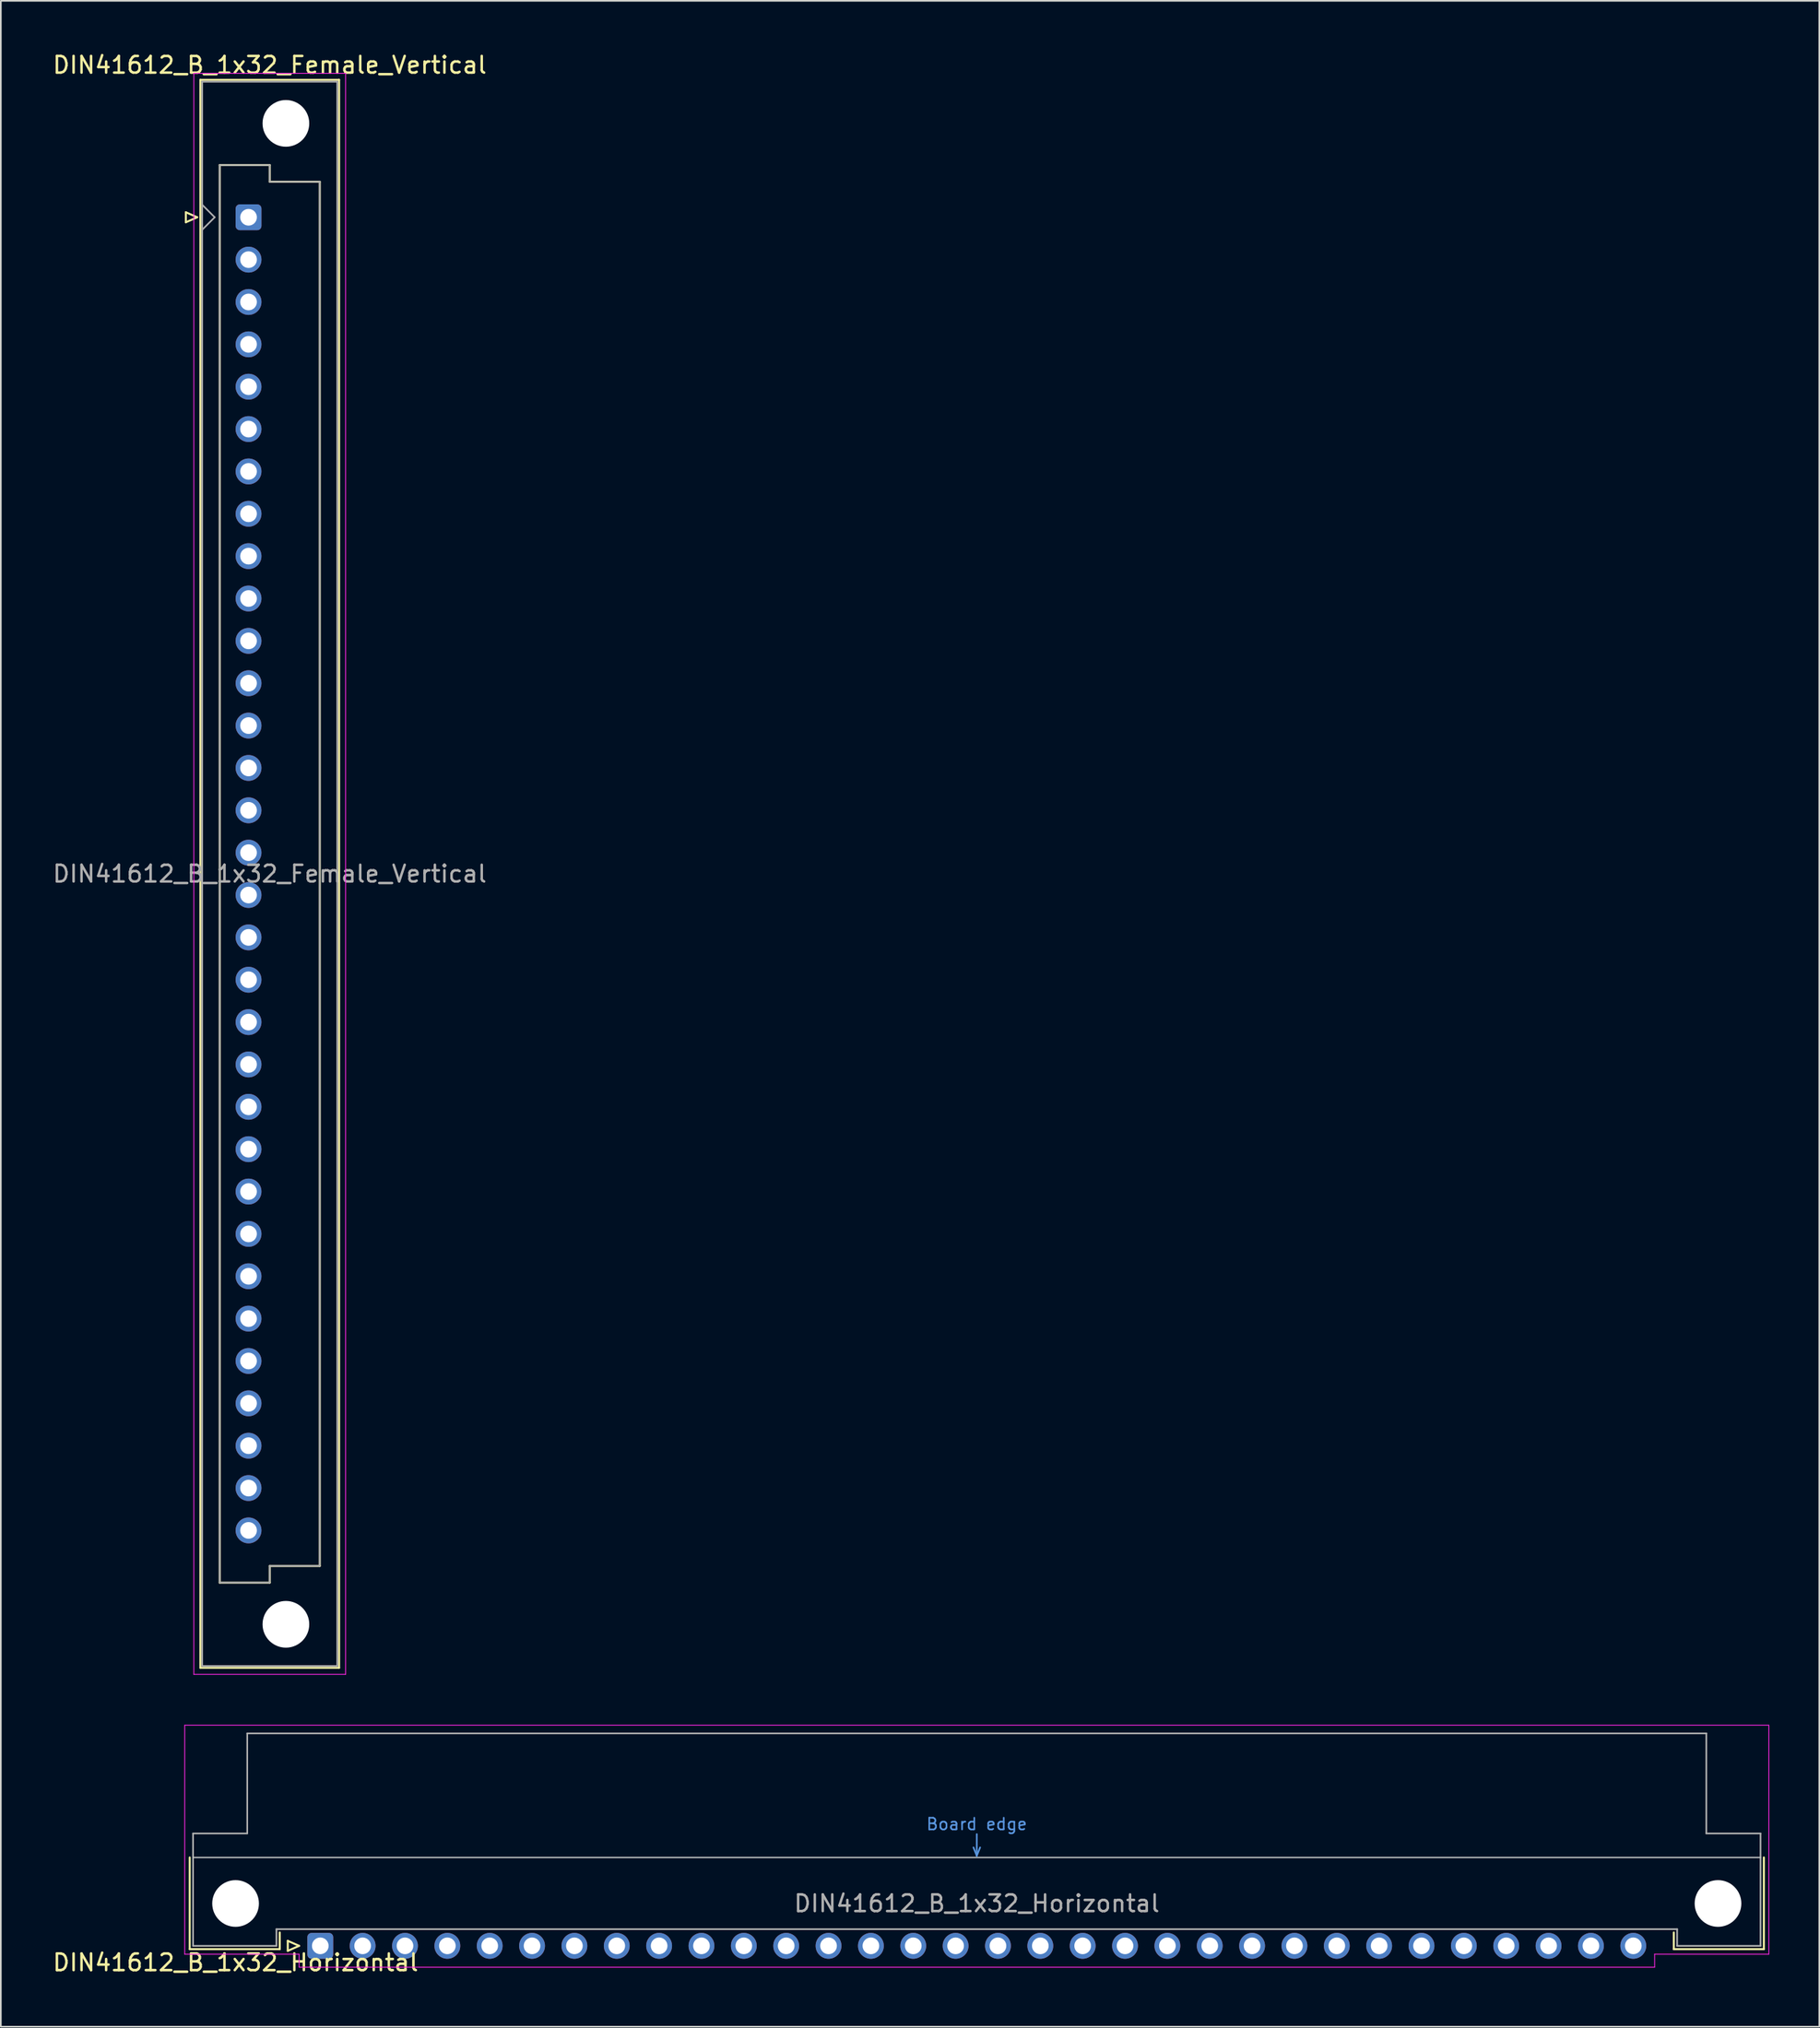
<source format=kicad_pcb>
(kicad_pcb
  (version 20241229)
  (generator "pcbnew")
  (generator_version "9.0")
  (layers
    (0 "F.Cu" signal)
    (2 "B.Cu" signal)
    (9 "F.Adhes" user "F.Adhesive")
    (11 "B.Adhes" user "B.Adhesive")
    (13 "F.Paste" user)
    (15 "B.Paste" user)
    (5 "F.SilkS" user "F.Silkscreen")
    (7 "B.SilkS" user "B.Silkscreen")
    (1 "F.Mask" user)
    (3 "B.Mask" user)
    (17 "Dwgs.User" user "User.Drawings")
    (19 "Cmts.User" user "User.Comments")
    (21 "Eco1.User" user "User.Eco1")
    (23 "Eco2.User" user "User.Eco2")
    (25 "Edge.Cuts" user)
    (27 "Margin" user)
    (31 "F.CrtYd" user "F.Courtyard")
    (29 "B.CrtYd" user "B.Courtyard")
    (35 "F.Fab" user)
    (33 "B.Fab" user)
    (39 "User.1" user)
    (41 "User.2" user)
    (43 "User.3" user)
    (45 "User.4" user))
  (footprint "DIN41612_B_1x32_Horizontal"
    (layer "F.Cu")
    (at 16.157 113.628)
    (property "Reference" "DIN41612_B_1x32_Horizontal" (at -5.08 1 0) (layer "F.SilkS") (effects (font (size 1 1) (thickness 0.15))))
    (attr through_hole)
    (fp_line (start -7.83 -5.3) (end -7.83 0.2) (stroke (width 0.12) (type solid)) (layer "F.SilkS"))
    (fp_line (start -7.83 0.2) (end -2.43 0.2) (stroke (width 0.12) (type solid)) (layer "F.SilkS"))
    (fp_line (start -2.43 0.2) (end -2.43 -0.8) (stroke (width 0.12) (type solid)) (layer "F.SilkS"))
    (fp_line (start -1.95 -0.3) (end -1.95 0.3) (stroke (width 0.12) (type solid)) (layer "F.SilkS"))
    (fp_line (start -1.95 0.3) (end -1.27 0) (stroke (width 0.12) (type solid)) (layer "F.SilkS"))
    (fp_line (start -1.27 0) (end -1.95 -0.3) (stroke (width 0.12) (type solid)) (layer "F.SilkS"))
    (fp_line (start 81.17 0.2) (end 81.17 -0.8) (stroke (width 0.12) (type solid)) (layer "F.SilkS"))
    (fp_line (start 86.57 -5.3) (end 86.57 0.2) (stroke (width 0.12) (type solid)) (layer "F.SilkS"))
    (fp_line (start 86.57 0.2) (end 81.17 0.2) (stroke (width 0.12) (type solid)) (layer "F.SilkS"))
    (fp_line (start -7.63 -5.3) (end 86.37 -5.3) (stroke (width 0.08) (type solid)) (layer "Dwgs.User"))
    (fp_line (start 39.17 -5.9) (end 39.37 -5.4) (stroke (width 0.1) (type solid)) (layer "Cmts.User"))
    (fp_line (start 39.37 -5.4) (end 39.37 -6.7) (stroke (width 0.1) (type solid)) (layer "Cmts.User"))
    (fp_line (start 39.37 -5.4) (end 39.57 -5.9) (stroke (width 0.1) (type solid)) (layer "Cmts.User"))
    (fp_line (start -8.13 -13.23) (end -8.13 0.5) (stroke (width 0.05) (type solid)) (layer "F.CrtYd"))
    (fp_line (start -8.13 0.5) (end -1.27 0.5) (stroke (width 0.05) (type solid)) (layer "F.CrtYd"))
    (fp_line (start -1.27 0.5) (end -1.27 1.28) (stroke (width 0.05) (type solid)) (layer "F.CrtYd"))
    (fp_line (start -1.27 1.28) (end 80.02 1.28) (stroke (width 0.05) (type solid)) (layer "F.CrtYd"))
    (fp_line (start 80.02 0.5) (end 86.87 0.5) (stroke (width 0.05) (type solid)) (layer "F.CrtYd"))
    (fp_line (start 80.02 1.28) (end 80.02 0.5) (stroke (width 0.05) (type solid)) (layer "F.CrtYd"))
    (fp_line (start 86.87 -13.23) (end -8.13 -13.23) (stroke (width 0.05) (type solid)) (layer "F.CrtYd"))
    (fp_line (start 86.87 0.5) (end 86.87 -13.23) (stroke (width 0.05) (type solid)) (layer "F.CrtYd"))
    (fp_line (start -7.63 -6.74) (end -7.63 0) (stroke (width 0.1) (type solid)) (layer "F.Fab"))
    (fp_line (start -7.63 0) (end -2.63 0) (stroke (width 0.1) (type solid)) (layer "F.Fab"))
    (fp_line (start -4.38 -12.74) (end -4.38 -6.74) (stroke (width 0.1) (type solid)) (layer "F.Fab"))
    (fp_line (start -4.38 -6.74) (end -7.63 -6.74) (stroke (width 0.1) (type solid)) (layer "F.Fab"))
    (fp_line (start -2.63 -1) (end 81.37 -1) (stroke (width 0.1) (type solid)) (layer "F.Fab"))
    (fp_line (start -2.63 0) (end -2.63 -1) (stroke (width 0.1) (type solid)) (layer "F.Fab"))
    (fp_line (start 81.37 -1) (end 81.37 0) (stroke (width 0.1) (type solid)) (layer "F.Fab"))
    (fp_line (start 81.37 0) (end 86.37 0) (stroke (width 0.1) (type solid)) (layer "F.Fab"))
    (fp_line (start 83.12 -12.74) (end -4.38 -12.74) (stroke (width 0.1) (type solid)) (layer "F.Fab"))
    (fp_line (start 83.12 -6.74) (end 83.12 -12.74) (stroke (width 0.1) (type solid)) (layer "F.Fab"))
    (fp_line (start 86.37 -6.74) (end 83.12 -6.74) (stroke (width 0.1) (type solid)) (layer "F.Fab"))
    (fp_line (start 86.37 0) (end 86.37 -6.74) (stroke (width 0.1) (type solid)) (layer "F.Fab"))
    (fp_text user "Board edge" (at 39.37 -7.3 0) (layer "Cmts.User") (effects (font (size 0.7 0.7) (thickness 0.1))))
    (fp_text user "${REFERENCE}" (at 39.37 -2.54 0) (layer "F.Fab") (effects (font (size 1 1) (thickness 0.15))))
    (pad "" np_thru_hole circle (at -5.08 -2.54) (size 2.8 2.8) (drill 2.8) (layers "*.Cu" "*.Mask"))
    (pad "" np_thru_hole circle (at 83.82 -2.54) (size 2.8 2.8) (drill 2.8) (layers "*.Cu" "*.Mask"))
    (pad "a1" thru_hole roundrect (at 0 0) (size 1.55 1.55) (drill 1) (layers "*.Cu" "*.Mask") (roundrect_rratio 0.161))
    (pad "a2" thru_hole circle (at 2.54 0) (size 1.55 1.55) (drill 1) (layers "*.Cu" "*.Mask"))
    (pad "a3" thru_hole circle (at 5.08 0) (size 1.55 1.55) (drill 1) (layers "*.Cu" "*.Mask"))
    (pad "a4" thru_hole circle (at 7.62 0) (size 1.55 1.55) (drill 1) (layers "*.Cu" "*.Mask"))
    (pad "a5" thru_hole circle (at 10.16 0) (size 1.55 1.55) (drill 1) (layers "*.Cu" "*.Mask"))
    (pad "a6" thru_hole circle (at 12.7 0) (size 1.55 1.55) (drill 1) (layers "*.Cu" "*.Mask"))
    (pad "a7" thru_hole circle (at 15.24 0) (size 1.55 1.55) (drill 1) (layers "*.Cu" "*.Mask"))
    (pad "a8" thru_hole circle (at 17.78 0) (size 1.55 1.55) (drill 1) (layers "*.Cu" "*.Mask"))
    (pad "a9" thru_hole circle (at 20.32 0) (size 1.55 1.55) (drill 1) (layers "*.Cu" "*.Mask"))
    (pad "a10" thru_hole circle (at 22.86 0) (size 1.55 1.55) (drill 1) (layers "*.Cu" "*.Mask"))
    (pad "a11" thru_hole circle (at 25.4 0) (size 1.55 1.55) (drill 1) (layers "*.Cu" "*.Mask"))
    (pad "a12" thru_hole circle (at 27.94 0) (size 1.55 1.55) (drill 1) (layers "*.Cu" "*.Mask"))
    (pad "a13" thru_hole circle (at 30.48 0) (size 1.55 1.55) (drill 1) (layers "*.Cu" "*.Mask"))
    (pad "a14" thru_hole circle (at 33.02 0) (size 1.55 1.55) (drill 1) (layers "*.Cu" "*.Mask"))
    (pad "a15" thru_hole circle (at 35.56 0) (size 1.55 1.55) (drill 1) (layers "*.Cu" "*.Mask"))
    (pad "a16" thru_hole circle (at 38.1 0) (size 1.55 1.55) (drill 1) (layers "*.Cu" "*.Mask"))
    (pad "a17" thru_hole circle (at 40.64 0) (size 1.55 1.55) (drill 1) (layers "*.Cu" "*.Mask"))
    (pad "a18" thru_hole circle (at 43.18 0) (size 1.55 1.55) (drill 1) (layers "*.Cu" "*.Mask"))
    (pad "a19" thru_hole circle (at 45.72 0) (size 1.55 1.55) (drill 1) (layers "*.Cu" "*.Mask"))
    (pad "a20" thru_hole circle (at 48.26 0) (size 1.55 1.55) (drill 1) (layers "*.Cu" "*.Mask"))
    (pad "a21" thru_hole circle (at 50.8 0) (size 1.55 1.55) (drill 1) (layers "*.Cu" "*.Mask"))
    (pad "a22" thru_hole circle (at 53.34 0) (size 1.55 1.55) (drill 1) (layers "*.Cu" "*.Mask"))
    (pad "a23" thru_hole circle (at 55.88 0) (size 1.55 1.55) (drill 1) (layers "*.Cu" "*.Mask"))
    (pad "a24" thru_hole circle (at 58.42 0) (size 1.55 1.55) (drill 1) (layers "*.Cu" "*.Mask"))
    (pad "a25" thru_hole circle (at 60.96 0) (size 1.55 1.55) (drill 1) (layers "*.Cu" "*.Mask"))
    (pad "a26" thru_hole circle (at 63.5 0) (size 1.55 1.55) (drill 1) (layers "*.Cu" "*.Mask"))
    (pad "a27" thru_hole circle (at 66.04 0) (size 1.55 1.55) (drill 1) (layers "*.Cu" "*.Mask"))
    (pad "a28" thru_hole circle (at 68.58 0) (size 1.55 1.55) (drill 1) (layers "*.Cu" "*.Mask"))
    (pad "a29" thru_hole circle (at 71.12 0) (size 1.55 1.55) (drill 1) (layers "*.Cu" "*.Mask"))
    (pad "a30" thru_hole circle (at 73.66 0) (size 1.55 1.55) (drill 1) (layers "*.Cu" "*.Mask"))
    (pad "a31" thru_hole circle (at 76.2 0) (size 1.55 1.55) (drill 1) (layers "*.Cu" "*.Mask"))
    (pad "a32" thru_hole circle (at 78.74 0) (size 1.55 1.55) (drill 1) (layers "*.Cu" "*.Mask")))
  (footprint "DIN41612_B_1x32_Female_Vertical"
    (layer "F.Cu")
    (at 11.855 9.978)
    (property "Reference" "DIN41612_B_1x32_Female_Vertical" (at 1.27 -9.13 0) (layer "F.SilkS") (effects (font (size 1 1) (thickness 0.15))))
    (attr through_hole)
    (fp_line (start -3.76 -0.3) (end -3.76 0.3) (stroke (width 0.12) (type solid)) (layer "F.SilkS"))
    (fp_line (start -3.76 0.3) (end -3.08 0) (stroke (width 0.12) (type solid)) (layer "F.SilkS"))
    (fp_line (start -3.08 0) (end -3.76 -0.3) (stroke (width 0.12) (type solid)) (layer "F.SilkS"))
    (fp_line (start -2.89 -8.24) (end 5.43 -8.24) (stroke (width 0.12) (type solid)) (layer "F.SilkS"))
    (fp_line (start -2.89 86.98) (end -2.89 -8.24) (stroke (width 0.12) (type solid)) (layer "F.SilkS"))
    (fp_line (start -1.73 -3.13) (end 1.27 -3.13) (stroke (width 0.12) (type solid)) (layer "F.SilkS"))
    (fp_line (start -1.73 81.87) (end -1.73 -3.13) (stroke (width 0.12) (type solid)) (layer "F.SilkS"))
    (fp_line (start 1.27 -3.13) (end 1.27 -2.13) (stroke (width 0.12) (type solid)) (layer "F.SilkS"))
    (fp_line (start 1.27 -2.13) (end 4.27 -2.13) (stroke (width 0.12) (type solid)) (layer "F.SilkS"))
    (fp_line (start 1.27 80.87) (end 1.27 81.87) (stroke (width 0.12) (type solid)) (layer "F.SilkS"))
    (fp_line (start 1.27 81.87) (end -1.73 81.87) (stroke (width 0.12) (type solid)) (layer "F.SilkS"))
    (fp_line (start 4.27 -2.13) (end 4.27 80.87) (stroke (width 0.12) (type solid)) (layer "F.SilkS"))
    (fp_line (start 4.27 80.87) (end 1.27 80.87) (stroke (width 0.12) (type solid)) (layer "F.SilkS"))
    (fp_line (start 5.43 -8.24) (end 5.43 86.98) (stroke (width 0.12) (type solid)) (layer "F.SilkS"))
    (fp_line (start 5.43 86.98) (end -2.89 86.98) (stroke (width 0.12) (type solid)) (layer "F.SilkS"))
    (fp_line (start -3.28 -8.63) (end 5.82 -8.63) (stroke (width 0.05) (type solid)) (layer "F.CrtYd"))
    (fp_line (start -3.28 87.37) (end -3.28 -8.63) (stroke (width 0.05) (type solid)) (layer "F.CrtYd"))
    (fp_line (start 5.82 -8.63) (end 5.82 87.37) (stroke (width 0.05) (type solid)) (layer "F.CrtYd"))
    (fp_line (start 5.82 87.37) (end -3.28 87.37) (stroke (width 0.05) (type solid)) (layer "F.CrtYd"))
    (fp_line (start -2.78 -8.13) (end 5.32 -8.13) (stroke (width 0.1) (type solid)) (layer "F.Fab"))
    (fp_line (start -2.78 -0.75) (end -2.03 0) (stroke (width 0.1) (type solid)) (layer "F.Fab"))
    (fp_line (start -2.78 86.87) (end -2.78 -8.13) (stroke (width 0.1) (type solid)) (layer "F.Fab"))
    (fp_line (start -2.03 0) (end -2.78 0.75) (stroke (width 0.1) (type solid)) (layer "F.Fab"))
    (fp_line (start -1.73 -3.13) (end 1.27 -3.13) (stroke (width 0.1) (type solid)) (layer "F.Fab"))
    (fp_line (start -1.73 81.87) (end -1.73 -3.13) (stroke (width 0.1) (type solid)) (layer "F.Fab"))
    (fp_line (start 1.27 -3.13) (end 1.27 -2.13) (stroke (width 0.1) (type solid)) (layer "F.Fab"))
    (fp_line (start 1.27 -2.13) (end 4.27 -2.13) (stroke (width 0.1) (type solid)) (layer "F.Fab"))
    (fp_line (start 1.27 80.87) (end 1.27 81.87) (stroke (width 0.1) (type solid)) (layer "F.Fab"))
    (fp_line (start 1.27 81.87) (end -1.73 81.87) (stroke (width 0.1) (type solid)) (layer "F.Fab"))
    (fp_line (start 4.27 -2.13) (end 4.27 80.87) (stroke (width 0.1) (type solid)) (layer "F.Fab"))
    (fp_line (start 4.27 80.87) (end 1.27 80.87) (stroke (width 0.1) (type solid)) (layer "F.Fab"))
    (fp_line (start 5.32 -8.13) (end 5.32 86.87) (stroke (width 0.1) (type solid)) (layer "F.Fab"))
    (fp_line (start 5.32 86.87) (end -2.78 86.87) (stroke (width 0.1) (type solid)) (layer "F.Fab"))
    (fp_text user "${REFERENCE}" (at 1.27 39.37 0) (layer "F.Fab") (effects (font (size 1 1) (thickness 0.15))))
    (pad "" np_thru_hole circle (at 2.24 -5.63) (size 2.8 2.8) (drill 2.8) (layers "*.Cu" "*.Mask"))
    (pad "" np_thru_hole circle (at 2.24 84.37) (size 2.8 2.8) (drill 2.8) (layers "*.Cu" "*.Mask"))
    (pad "a1" thru_hole roundrect (at 0 0) (size 1.55 1.55) (drill 1) (layers "*.Cu" "*.Mask") (roundrect_rratio 0.161))
    (pad "a2" thru_hole circle (at 0 2.54) (size 1.55 1.55) (drill 1) (layers "*.Cu" "*.Mask"))
    (pad "a3" thru_hole circle (at 0 5.08) (size 1.55 1.55) (drill 1) (layers "*.Cu" "*.Mask"))
    (pad "a4" thru_hole circle (at 0 7.62) (size 1.55 1.55) (drill 1) (layers "*.Cu" "*.Mask"))
    (pad "a5" thru_hole circle (at 0 10.16) (size 1.55 1.55) (drill 1) (layers "*.Cu" "*.Mask"))
    (pad "a6" thru_hole circle (at 0 12.7) (size 1.55 1.55) (drill 1) (layers "*.Cu" "*.Mask"))
    (pad "a7" thru_hole circle (at 0 15.24) (size 1.55 1.55) (drill 1) (layers "*.Cu" "*.Mask"))
    (pad "a8" thru_hole circle (at 0 17.78) (size 1.55 1.55) (drill 1) (layers "*.Cu" "*.Mask"))
    (pad "a9" thru_hole circle (at 0 20.32) (size 1.55 1.55) (drill 1) (layers "*.Cu" "*.Mask"))
    (pad "a10" thru_hole circle (at 0 22.86) (size 1.55 1.55) (drill 1) (layers "*.Cu" "*.Mask"))
    (pad "a11" thru_hole circle (at 0 25.4) (size 1.55 1.55) (drill 1) (layers "*.Cu" "*.Mask"))
    (pad "a12" thru_hole circle (at 0 27.94) (size 1.55 1.55) (drill 1) (layers "*.Cu" "*.Mask"))
    (pad "a13" thru_hole circle (at 0 30.48) (size 1.55 1.55) (drill 1) (layers "*.Cu" "*.Mask"))
    (pad "a14" thru_hole circle (at 0 33.02) (size 1.55 1.55) (drill 1) (layers "*.Cu" "*.Mask"))
    (pad "a15" thru_hole circle (at 0 35.56) (size 1.55 1.55) (drill 1) (layers "*.Cu" "*.Mask"))
    (pad "a16" thru_hole circle (at 0 38.1) (size 1.55 1.55) (drill 1) (layers "*.Cu" "*.Mask"))
    (pad "a17" thru_hole circle (at 0 40.64) (size 1.55 1.55) (drill 1) (layers "*.Cu" "*.Mask"))
    (pad "a18" thru_hole circle (at 0 43.18) (size 1.55 1.55) (drill 1) (layers "*.Cu" "*.Mask"))
    (pad "a19" thru_hole circle (at 0 45.72) (size 1.55 1.55) (drill 1) (layers "*.Cu" "*.Mask"))
    (pad "a20" thru_hole circle (at 0 48.26) (size 1.55 1.55) (drill 1) (layers "*.Cu" "*.Mask"))
    (pad "a21" thru_hole circle (at 0 50.8) (size 1.55 1.55) (drill 1) (layers "*.Cu" "*.Mask"))
    (pad "a22" thru_hole circle (at 0 53.34) (size 1.55 1.55) (drill 1) (layers "*.Cu" "*.Mask"))
    (pad "a23" thru_hole circle (at 0 55.88) (size 1.55 1.55) (drill 1) (layers "*.Cu" "*.Mask"))
    (pad "a24" thru_hole circle (at 0 58.42) (size 1.55 1.55) (drill 1) (layers "*.Cu" "*.Mask"))
    (pad "a25" thru_hole circle (at 0 60.96) (size 1.55 1.55) (drill 1) (layers "*.Cu" "*.Mask"))
    (pad "a26" thru_hole circle (at 0 63.5) (size 1.55 1.55) (drill 1) (layers "*.Cu" "*.Mask"))
    (pad "a27" thru_hole circle (at 0 66.04) (size 1.55 1.55) (drill 1) (layers "*.Cu" "*.Mask"))
    (pad "a28" thru_hole circle (at 0 68.58) (size 1.55 1.55) (drill 1) (layers "*.Cu" "*.Mask"))
    (pad "a29" thru_hole circle (at 0 71.12) (size 1.55 1.55) (drill 1) (layers "*.Cu" "*.Mask"))
    (pad "a30" thru_hole circle (at 0 73.66) (size 1.55 1.55) (drill 1) (layers "*.Cu" "*.Mask"))
    (pad "a31" thru_hole circle (at 0 76.2) (size 1.55 1.55) (drill 1) (layers "*.Cu" "*.Mask"))
    (pad "a32" thru_hole circle (at 0 78.74) (size 1.55 1.55) (drill 1) (layers "*.Cu" "*.Mask")))
  (gr_rect
    (start -3 -3)
    (end 106.052 118.477)
    (stroke (width 0.1) (type default))
    (fill no)
    (layer "Edge.Cuts")))
</source>
